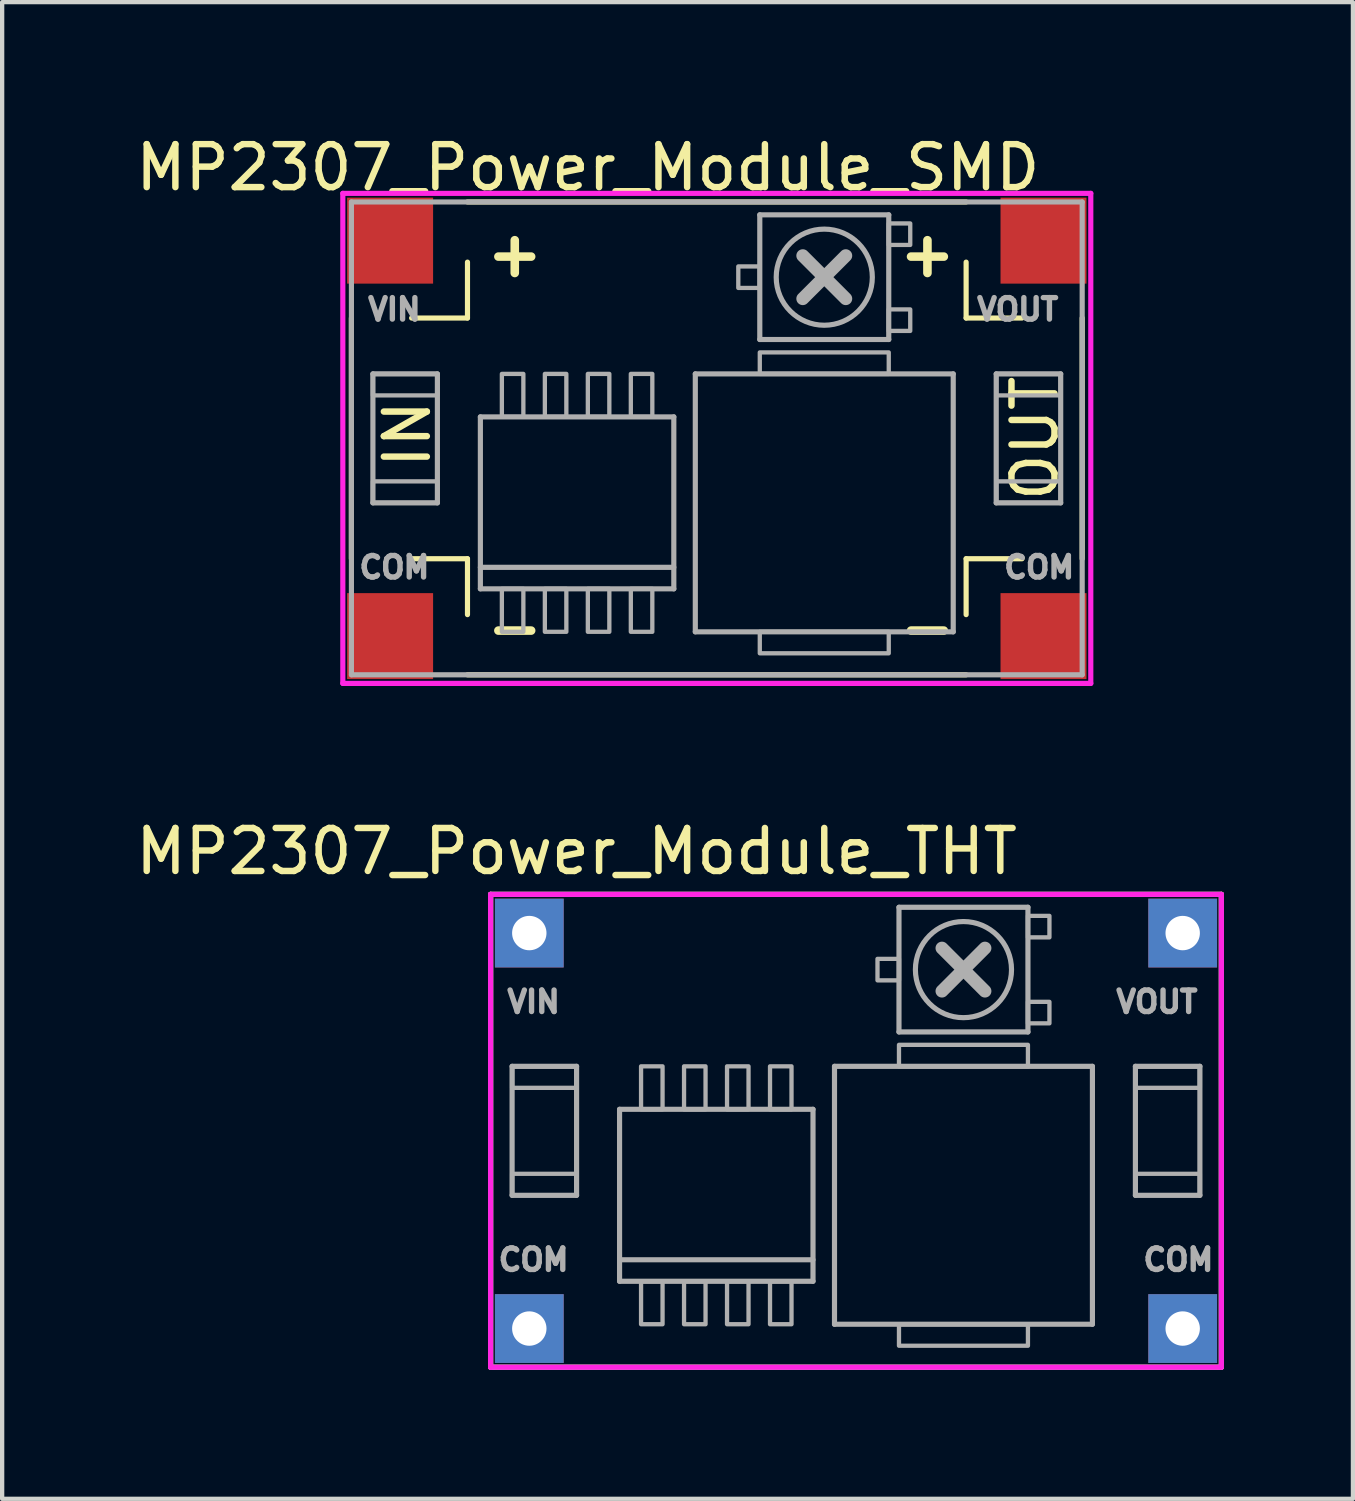
<source format=kicad_pcb>
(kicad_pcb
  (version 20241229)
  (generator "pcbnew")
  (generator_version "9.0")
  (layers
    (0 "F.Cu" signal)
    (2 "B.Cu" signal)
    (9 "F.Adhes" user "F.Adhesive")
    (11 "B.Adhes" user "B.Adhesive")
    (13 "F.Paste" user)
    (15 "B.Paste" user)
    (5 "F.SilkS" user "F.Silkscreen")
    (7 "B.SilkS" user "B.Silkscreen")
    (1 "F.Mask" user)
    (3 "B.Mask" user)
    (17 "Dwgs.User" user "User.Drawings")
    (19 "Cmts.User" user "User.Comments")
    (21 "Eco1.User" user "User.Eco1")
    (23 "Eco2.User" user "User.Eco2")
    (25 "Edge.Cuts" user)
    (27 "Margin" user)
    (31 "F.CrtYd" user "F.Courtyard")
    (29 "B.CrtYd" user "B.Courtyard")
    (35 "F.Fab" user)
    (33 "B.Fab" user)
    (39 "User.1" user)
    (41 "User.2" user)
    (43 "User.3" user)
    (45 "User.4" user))
  (footprint "MP2307_Power_Module_THT"
    (layer "F.Cu")
    (at 16.863 23.256)
    (property "Reference" "MP2307_Power_Module_THT" (at -6.5 -6.5 0) (layer "F.SilkS") (effects (font (size 1 1) (thickness 0.15))))
    (attr through_hole)
    (fp_line (start -8.5 -5.5) (end 8.5 -5.5) (stroke (width 0.12) (type solid)) (layer "F.SilkS"))
    (fp_line (start -8.5 5.5) (end -8.5 -5.5) (stroke (width 0.12) (type solid)) (layer "F.SilkS"))
    (fp_line (start 8.5 -5.5) (end 8.5 5.5) (stroke (width 0.12) (type solid)) (layer "F.SilkS"))
    (fp_line (start 8.5 5.5) (end -8.5 5.5) (stroke (width 0.12) (type solid)) (layer "F.SilkS"))
    (fp_line (start -8.5 -5.5) (end 8.5 -5.5) (stroke (width 0.12) (type solid)) (layer "F.CrtYd"))
    (fp_line (start -8.5 5.5) (end -8.5 -5.5) (stroke (width 0.12) (type solid)) (layer "F.CrtYd"))
    (fp_line (start 8.5 -5.5) (end 8.5 5.5) (stroke (width 0.12) (type solid)) (layer "F.CrtYd"))
    (fp_line (start 8.5 5.5) (end -8.5 5.5) (stroke (width 0.12) (type solid)) (layer "F.CrtYd"))
    (fp_line (start -8.5 -5.5) (end 8.5 -5.5) (stroke (width 0.12) (type solid)) (layer "F.Fab"))
    (fp_line (start -8.5 5.5) (end -8.5 -5.5) (stroke (width 0.12) (type solid)) (layer "F.Fab"))
    (fp_line (start -8 -1.5) (end -6.5 -1.5) (stroke (width 0.12) (type solid)) (layer "F.Fab"))
    (fp_line (start -8 1.5) (end -8 -1.5) (stroke (width 0.12) (type solid)) (layer "F.Fab"))
    (fp_line (start -6.5 -1.5) (end -6.5 1.5) (stroke (width 0.12) (type solid)) (layer "F.Fab"))
    (fp_line (start -6.5 1.5) (end -8 1.5) (stroke (width 0.12) (type solid)) (layer "F.Fab"))
    (fp_line (start -5.5 -0.5) (end -5.5 3.5) (stroke (width 0.12) (type solid)) (layer "F.Fab"))
    (fp_line (start -5.5 3) (end -1 3) (stroke (width 0.12) (type solid)) (layer "F.Fab"))
    (fp_line (start -5.5 3.5) (end -1 3.5) (stroke (width 0.12) (type solid)) (layer "F.Fab"))
    (fp_line (start -1 -0.5) (end -5.5 -0.5) (stroke (width 0.12) (type solid)) (layer "F.Fab"))
    (fp_line (start -1 3.5) (end -1 -0.5) (stroke (width 0.12) (type solid)) (layer "F.Fab"))
    (fp_line (start -0.5 -1.5) (end 5.5 -1.5) (stroke (width 0.12) (type solid)) (layer "F.Fab"))
    (fp_line (start -0.5 4.5) (end -0.5 -1.5) (stroke (width 0.12) (type solid)) (layer "F.Fab"))
    (fp_line (start 1 -5.2) (end 1 -2.3) (stroke (width 0.12) (type solid)) (layer "F.Fab"))
    (fp_line (start 1 -2.3) (end 4 -2.3) (stroke (width 0.12) (type solid)) (layer "F.Fab"))
    (fp_line (start 2 -4.25) (end 3 -3.25) (stroke (width 0.3) (type solid)) (layer "F.Fab"))
    (fp_line (start 2 -3.25) (end 3 -4.25) (stroke (width 0.3) (type solid)) (layer "F.Fab"))
    (fp_line (start 4 -5.2) (end 1 -5.2) (stroke (width 0.12) (type solid)) (layer "F.Fab"))
    (fp_line (start 4 -2.3) (end 4 -5.2) (stroke (width 0.12) (type solid)) (layer "F.Fab"))
    (fp_line (start 5.5 -1.5) (end 5.5 4.5) (stroke (width 0.12) (type solid)) (layer "F.Fab"))
    (fp_line (start 5.5 4.5) (end -0.5 4.5) (stroke (width 0.12) (type solid)) (layer "F.Fab"))
    (fp_line (start 6.5 -1.5) (end 8 -1.5) (stroke (width 0.12) (type solid)) (layer "F.Fab"))
    (fp_line (start 6.5 1.5) (end 6.5 -1.5) (stroke (width 0.12) (type solid)) (layer "F.Fab"))
    (fp_line (start 8 -1.5) (end 8 1.5) (stroke (width 0.12) (type solid)) (layer "F.Fab"))
    (fp_line (start 8 1.5) (end 6.5 1.5) (stroke (width 0.12) (type solid)) (layer "F.Fab"))
    (fp_line (start 8.5 -5.5) (end 8.5 5.5) (stroke (width 0.12) (type solid)) (layer "F.Fab"))
    (fp_line (start 8.5 5.5) (end -8.5 5.5) (stroke (width 0.12) (type solid)) (layer "F.Fab"))
    (fp_circle (center 2.5 -3.75) (end 3.5 -3.25) (stroke (width 0.12) (type solid)) (fill no) (layer "F.Fab"))
    (fp_poly (pts (xy -8 -1.5) (xy -6.5 -1.5) (xy -6.5 -1) (xy -8 -1)) (stroke (width 0.1) (type solid)) (fill no) (layer "F.Fab"))
    (fp_poly (pts (xy -8 1) (xy -6.5 1) (xy -6.5 1.5) (xy -8 1.5)) (stroke (width 0.1) (type solid)) (fill no) (layer "F.Fab"))
    (fp_poly (pts (xy -5 -1.5) (xy -5 -0.5) (xy -4.5 -0.5) (xy -4.5 -1.5)) (stroke (width 0.1) (type solid)) (fill no) (layer "F.Fab"))
    (fp_poly (pts (xy -5 3.5) (xy -5 4.5) (xy -4.5 4.5) (xy -4.5 3.5)) (stroke (width 0.1) (type solid)) (fill no) (layer "F.Fab"))
    (fp_poly (pts (xy -4 -1.5) (xy -4 -0.5) (xy -3.5 -0.5) (xy -3.5 -1.5)) (stroke (width 0.1) (type solid)) (fill no) (layer "F.Fab"))
    (fp_poly (pts (xy -4 3.5) (xy -4 4.5) (xy -3.5 4.5) (xy -3.5 3.5)) (stroke (width 0.1) (type solid)) (fill no) (layer "F.Fab"))
    (fp_poly (pts (xy -3 -1.5) (xy -3 -0.5) (xy -2.5 -0.5) (xy -2.5 -1.5)) (stroke (width 0.1) (type solid)) (fill no) (layer "F.Fab"))
    (fp_poly (pts (xy -3 3.5) (xy -3 4.5) (xy -2.5 4.5) (xy -2.5 3.5)) (stroke (width 0.1) (type solid)) (fill no) (layer "F.Fab"))
    (fp_poly (pts (xy -2 -1.5) (xy -2 -0.5) (xy -1.5 -0.5) (xy -1.5 -1.5)) (stroke (width 0.1) (type solid)) (fill no) (layer "F.Fab"))
    (fp_poly (pts (xy -2 3.5) (xy -2 4.5) (xy -1.5 4.5) (xy -1.5 3.5)) (stroke (width 0.1) (type solid)) (fill no) (layer "F.Fab"))
    (fp_poly (pts (xy 1 -3.5) (xy 0.5 -3.5) (xy 0.5 -4) (xy 1 -4)) (stroke (width 0.1) (type solid)) (fill no) (layer "F.Fab"))
    (fp_poly (pts (xy 1 -1.5) (xy 1 -2) (xy 4 -2) (xy 4 -1.5)) (stroke (width 0.1) (type solid)) (fill no) (layer "F.Fab"))
    (fp_poly (pts (xy 1 4.5) (xy 1 5) (xy 4 5) (xy 4 4.5)) (stroke (width 0.1) (type solid)) (fill no) (layer "F.Fab"))
    (fp_poly (pts (xy 4 -4.5) (xy 4.5 -4.5) (xy 4.5 -5) (xy 4 -5)) (stroke (width 0.1) (type solid)) (fill no) (layer "F.Fab"))
    (fp_poly (pts (xy 4 -2.5) (xy 4.5 -2.5) (xy 4.5 -3) (xy 4 -3)) (stroke (width 0.1) (type solid)) (fill no) (layer "F.Fab"))
    (fp_poly (pts (xy 6.5 -1.5) (xy 8 -1.5) (xy 8 -1) (xy 6.5 -1)) (stroke (width 0.1) (type solid)) (fill no) (layer "F.Fab"))
    (fp_poly (pts (xy 6.5 1) (xy 8 1) (xy 8 1.5) (xy 6.5 1.5)) (stroke (width 0.1) (type solid)) (fill no) (layer "F.Fab"))
    (fp_text user "VIN" (at -7.5 -3 0) (layer "F.Fab") (effects (font (size 0.5 0.5) (thickness 0.125))))
    (fp_text user "VOUT" (at 7 -3 0) (layer "F.Fab") (effects (font (size 0.5 0.5) (thickness 0.125))))
    (fp_text user "COM" (at 7.5 3 0) (layer "F.Fab") (effects (font (size 0.5 0.5) (thickness 0.125))))
    (fp_text user "COM" (at -7.5 3 0) (layer "F.Fab") (effects (font (size 0.5 0.5) (thickness 0.125))))
    (pad "1" thru_hole rect (at -7.6 -4.6) (size 1.6 1.6) (drill 0.8) (layers "*.Cu" "*.Mask"))
    (pad "2" thru_hole rect (at -7.6 4.6) (size 1.6 1.6) (drill 0.8) (layers "*.Cu" "*.Mask"))
    (pad "3" thru_hole rect (at 7.6 -4.6) (size 1.6 1.6) (drill 0.8) (layers "*.Cu" "*.Mask"))
    (pad "4" thru_hole rect (at 7.6 4.6) (size 1.6 1.6) (drill 0.8) (layers "*.Cu" "*.Mask")))
  (footprint "MP2307_Power_Module_SMD"
    (layer "F.Cu")
    (at 13.625 7.148)
    (property "Reference" "MP2307_Power_Module_SMD" (at -3 -6.3 0) (layer "F.SilkS") (effects (font (size 1 1) (thickness 0.15))))
    (attr through_hole)
    (fp_line (start -8.5 2.8) (end -8.5 -2.8) (stroke (width 0.12) (type solid)) (layer "F.SilkS"))
    (fp_line (start -7.1 2.8) (end -5.8 2.8) (stroke (width 0.12) (type solid)) (layer "F.SilkS"))
    (fp_line (start -5.8 -5.5) (end 5.8 -5.5) (stroke (width 0.12) (type solid)) (layer "F.SilkS"))
    (fp_line (start -5.8 -4.1) (end -5.8 -2.8) (stroke (width 0.12) (type solid)) (layer "F.SilkS"))
    (fp_line (start -5.8 -2.8) (end -7.1 -2.8) (stroke (width 0.12) (type solid)) (layer "F.SilkS"))
    (fp_line (start -5.8 2.8) (end -5.8 4.1) (stroke (width 0.12) (type solid)) (layer "F.SilkS"))
    (fp_line (start 5.8 -4.1) (end 5.8 -2.8) (stroke (width 0.12) (type solid)) (layer "F.SilkS"))
    (fp_line (start 5.8 -2.8) (end 7.1 -2.8) (stroke (width 0.12) (type solid)) (layer "F.SilkS"))
    (fp_line (start 5.8 2.8) (end 5.8 4.1) (stroke (width 0.12) (type solid)) (layer "F.SilkS"))
    (fp_line (start 5.8 5.5) (end -5.8 5.5) (stroke (width 0.12) (type solid)) (layer "F.SilkS"))
    (fp_line (start 7.1 2.8) (end 5.8 2.8) (stroke (width 0.12) (type solid)) (layer "F.SilkS"))
    (fp_line (start 8.5 -2.8) (end 8.5 2.8) (stroke (width 0.12) (type solid)) (layer "F.SilkS"))
    (fp_line (start -8.7 -5.7) (end 8.7 -5.7) (stroke (width 0.12) (type solid)) (layer "F.CrtYd"))
    (fp_line (start -8.7 5.7) (end -8.7 -5.7) (stroke (width 0.12) (type solid)) (layer "F.CrtYd"))
    (fp_line (start 8.7 -5.7) (end 8.7 5.7) (stroke (width 0.12) (type solid)) (layer "F.CrtYd"))
    (fp_line (start 8.7 5.7) (end -8.7 5.7) (stroke (width 0.12) (type solid)) (layer "F.CrtYd"))
    (fp_line (start -8.5 -5.5) (end 8.5 -5.5) (stroke (width 0.12) (type solid)) (layer "F.Fab"))
    (fp_line (start -8.5 5.5) (end -8.5 -5.5) (stroke (width 0.12) (type solid)) (layer "F.Fab"))
    (fp_line (start -8 -1.5) (end -6.5 -1.5) (stroke (width 0.12) (type solid)) (layer "F.Fab"))
    (fp_line (start -8 1.5) (end -8 -1.5) (stroke (width 0.12) (type solid)) (layer "F.Fab"))
    (fp_line (start -6.5 -1.5) (end -6.5 1.5) (stroke (width 0.12) (type solid)) (layer "F.Fab"))
    (fp_line (start -6.5 1.5) (end -8 1.5) (stroke (width 0.12) (type solid)) (layer "F.Fab"))
    (fp_line (start -5.5 -0.5) (end -5.5 3.5) (stroke (width 0.12) (type solid)) (layer "F.Fab"))
    (fp_line (start -5.5 3) (end -1 3) (stroke (width 0.12) (type solid)) (layer "F.Fab"))
    (fp_line (start -5.5 3.5) (end -1 3.5) (stroke (width 0.12) (type solid)) (layer "F.Fab"))
    (fp_line (start -1 -0.5) (end -5.5 -0.5) (stroke (width 0.12) (type solid)) (layer "F.Fab"))
    (fp_line (start -1 3.5) (end -1 -0.5) (stroke (width 0.12) (type solid)) (layer "F.Fab"))
    (fp_line (start -0.5 -1.5) (end 5.5 -1.5) (stroke (width 0.12) (type solid)) (layer "F.Fab"))
    (fp_line (start -0.5 4.5) (end -0.5 -1.5) (stroke (width 0.12) (type solid)) (layer "F.Fab"))
    (fp_line (start 1 -5.2) (end 1 -2.3) (stroke (width 0.12) (type solid)) (layer "F.Fab"))
    (fp_line (start 1 -2.3) (end 4 -2.3) (stroke (width 0.12) (type solid)) (layer "F.Fab"))
    (fp_line (start 2 -4.25) (end 3 -3.25) (stroke (width 0.3) (type solid)) (layer "F.Fab"))
    (fp_line (start 2 -3.25) (end 3 -4.25) (stroke (width 0.3) (type solid)) (layer "F.Fab"))
    (fp_line (start 4 -5.2) (end 1 -5.2) (stroke (width 0.12) (type solid)) (layer "F.Fab"))
    (fp_line (start 4 -2.3) (end 4 -5.2) (stroke (width 0.12) (type solid)) (layer "F.Fab"))
    (fp_line (start 5.5 -1.5) (end 5.5 4.5) (stroke (width 0.12) (type solid)) (layer "F.Fab"))
    (fp_line (start 5.5 4.5) (end -0.5 4.5) (stroke (width 0.12) (type solid)) (layer "F.Fab"))
    (fp_line (start 6.5 -1.5) (end 8 -1.5) (stroke (width 0.12) (type solid)) (layer "F.Fab"))
    (fp_line (start 6.5 1.5) (end 6.5 -1.5) (stroke (width 0.12) (type solid)) (layer "F.Fab"))
    (fp_line (start 8 -1.5) (end 8 1.5) (stroke (width 0.12) (type solid)) (layer "F.Fab"))
    (fp_line (start 8 1.5) (end 6.5 1.5) (stroke (width 0.12) (type solid)) (layer "F.Fab"))
    (fp_line (start 8.5 -5.5) (end 8.5 5.5) (stroke (width 0.12) (type solid)) (layer "F.Fab"))
    (fp_line (start 8.5 5.5) (end -8.5 5.5) (stroke (width 0.12) (type solid)) (layer "F.Fab"))
    (fp_circle (center 2.5 -3.75) (end 3.5 -3.25) (stroke (width 0.12) (type solid)) (fill no) (layer "F.Fab"))
    (fp_poly (pts (xy -8 -1.5) (xy -6.5 -1.5) (xy -6.5 -1) (xy -8 -1)) (stroke (width 0.1) (type solid)) (fill no) (layer "F.Fab"))
    (fp_poly (pts (xy -8 1) (xy -6.5 1) (xy -6.5 1.5) (xy -8 1.5)) (stroke (width 0.1) (type solid)) (fill no) (layer "F.Fab"))
    (fp_poly (pts (xy -5 -1.5) (xy -5 -0.5) (xy -4.5 -0.5) (xy -4.5 -1.5)) (stroke (width 0.1) (type solid)) (fill no) (layer "F.Fab"))
    (fp_poly (pts (xy -5 3.5) (xy -5 4.5) (xy -4.5 4.5) (xy -4.5 3.5)) (stroke (width 0.1) (type solid)) (fill no) (layer "F.Fab"))
    (fp_poly (pts (xy -4 -1.5) (xy -4 -0.5) (xy -3.5 -0.5) (xy -3.5 -1.5)) (stroke (width 0.1) (type solid)) (fill no) (layer "F.Fab"))
    (fp_poly (pts (xy -4 3.5) (xy -4 4.5) (xy -3.5 4.5) (xy -3.5 3.5)) (stroke (width 0.1) (type solid)) (fill no) (layer "F.Fab"))
    (fp_poly (pts (xy -3 -1.5) (xy -3 -0.5) (xy -2.5 -0.5) (xy -2.5 -1.5)) (stroke (width 0.1) (type solid)) (fill no) (layer "F.Fab"))
    (fp_poly (pts (xy -3 3.5) (xy -3 4.5) (xy -2.5 4.5) (xy -2.5 3.5)) (stroke (width 0.1) (type solid)) (fill no) (layer "F.Fab"))
    (fp_poly (pts (xy -2 -1.5) (xy -2 -0.5) (xy -1.5 -0.5) (xy -1.5 -1.5)) (stroke (width 0.1) (type solid)) (fill no) (layer "F.Fab"))
    (fp_poly (pts (xy -2 3.5) (xy -2 4.5) (xy -1.5 4.5) (xy -1.5 3.5)) (stroke (width 0.1) (type solid)) (fill no) (layer "F.Fab"))
    (fp_poly (pts (xy 1 -3.5) (xy 0.5 -3.5) (xy 0.5 -4) (xy 1 -4)) (stroke (width 0.1) (type solid)) (fill no) (layer "F.Fab"))
    (fp_poly (pts (xy 1 -1.5) (xy 1 -2) (xy 4 -2) (xy 4 -1.5)) (stroke (width 0.1) (type solid)) (fill no) (layer "F.Fab"))
    (fp_poly (pts (xy 1 4.5) (xy 1 5) (xy 4 5) (xy 4 4.5)) (stroke (width 0.1) (type solid)) (fill no) (layer "F.Fab"))
    (fp_poly (pts (xy 4 -4.5) (xy 4.5 -4.5) (xy 4.5 -5) (xy 4 -5)) (stroke (width 0.1) (type solid)) (fill no) (layer "F.Fab"))
    (fp_poly (pts (xy 4 -2.5) (xy 4.5 -2.5) (xy 4.5 -3) (xy 4 -3)) (stroke (width 0.1) (type solid)) (fill no) (layer "F.Fab"))
    (fp_poly (pts (xy 6.5 -1.5) (xy 8 -1.5) (xy 8 -1) (xy 6.5 -1)) (stroke (width 0.1) (type solid)) (fill no) (layer "F.Fab"))
    (fp_poly (pts (xy 6.5 1) (xy 8 1) (xy 8 1.5) (xy 6.5 1.5)) (stroke (width 0.1) (type solid)) (fill no) (layer "F.Fab"))
    (fp_text user "OUT" (at 7.4 0 270) (layer "F.SilkS") (effects (font (size 1 1) (thickness 0.15))))
    (fp_text user "+" (at 4.9 -4.3 0) (layer "F.SilkS") (effects (font (size 1 1) (thickness 0.2))))
    (fp_text user "+" (at -4.7 -4.3 0) (layer "F.SilkS") (effects (font (size 1 1) (thickness 0.2))))
    (fp_text user "IN" (at -7.2 -0.1 270) (layer "F.SilkS") (effects (font (size 1 1) (thickness 0.15))))
    (fp_text user "-" (at -4.7 4.4 0) (layer "F.SilkS") (effects (font (size 1 1) (thickness 0.2))))
    (fp_text user "-" (at 4.9 4.4 0) (layer "F.SilkS") (effects (font (size 1 1) (thickness 0.2))))
    (fp_text user "COM" (at 7.5 3 0) (layer "F.Fab") (effects (font (size 0.5 0.5) (thickness 0.125))))
    (fp_text user "VOUT" (at 7 -3 0) (layer "F.Fab") (effects (font (size 0.5 0.5) (thickness 0.125))))
    (fp_text user "VIN" (at -7.5 -3 0) (layer "F.Fab") (effects (font (size 0.5 0.5) (thickness 0.125))))
    (fp_text user "COM" (at -7.5 3 0) (layer "F.Fab") (effects (font (size 0.5 0.5) (thickness 0.125))))
    (pad "1" smd rect (at -7.6 -4.6) (size 2 2) (layers "F.Cu" "F.Mask" "F.Paste"))
    (pad "2" smd rect (at -7.6 4.6) (size 2 2) (layers "F.Cu" "F.Mask" "F.Paste"))
    (pad "3" smd rect (at 7.6 -4.6) (size 2 2) (layers "F.Cu" "F.Mask" "F.Paste"))
    (pad "4" smd rect (at 7.6 4.6) (size 2 2) (layers "F.Cu" "F.Mask" "F.Paste")))
  (gr_rect
    (start -3 -3)
    (end 28.423 31.817)
    (stroke (width 0.1) (type default))
    (fill no)
    (layer "Edge.Cuts")))
</source>
